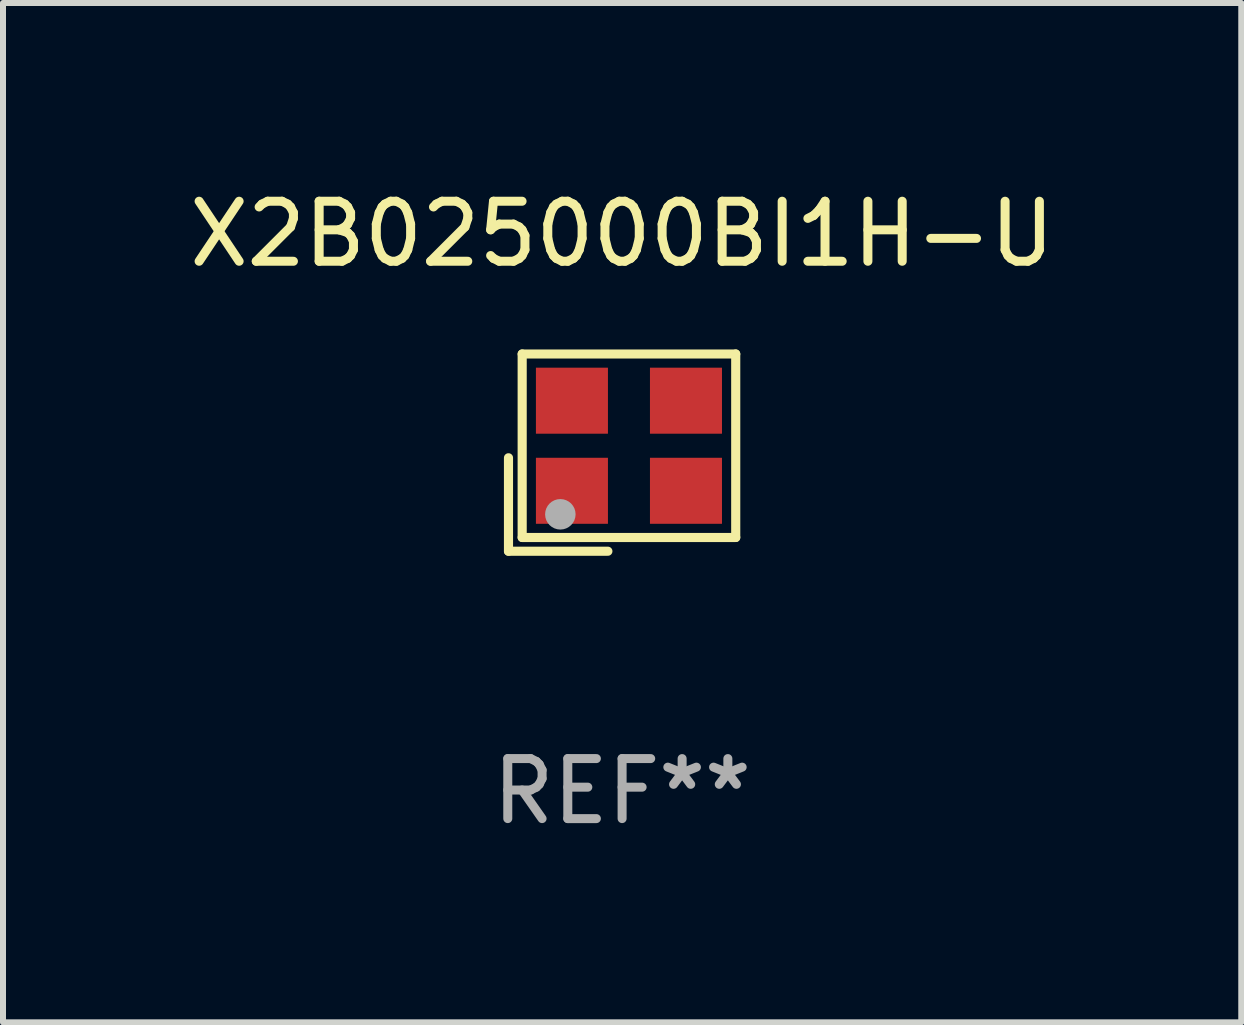
<source format=kicad_pcb>
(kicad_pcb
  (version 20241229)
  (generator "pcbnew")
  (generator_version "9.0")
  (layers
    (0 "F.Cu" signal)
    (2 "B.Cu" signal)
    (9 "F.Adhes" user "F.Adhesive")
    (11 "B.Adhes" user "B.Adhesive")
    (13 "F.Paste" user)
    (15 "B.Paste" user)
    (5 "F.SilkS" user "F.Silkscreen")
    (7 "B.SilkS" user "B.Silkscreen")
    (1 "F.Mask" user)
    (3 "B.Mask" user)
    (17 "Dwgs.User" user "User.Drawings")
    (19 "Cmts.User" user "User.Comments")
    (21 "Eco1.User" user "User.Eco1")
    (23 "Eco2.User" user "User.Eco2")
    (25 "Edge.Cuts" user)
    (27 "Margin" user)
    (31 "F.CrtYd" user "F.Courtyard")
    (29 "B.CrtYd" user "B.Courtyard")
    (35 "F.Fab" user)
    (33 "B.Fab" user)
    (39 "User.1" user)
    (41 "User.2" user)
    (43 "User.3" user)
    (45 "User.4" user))
  (footprint "X2B025000BI1H-U"
    (layer "F.Cu")
    (at 7.315 4.491)
    (property "Reference" "X2B025000BI1H-U" (at 0 -3.643 0) (layer "F.SilkS") (effects (font (size 1 1) (thickness 0.15))))
    (attr through_hole)
    (fp_line (start -1.893 0.086) (end -1.893 1.643) (stroke (width 0.152) (type solid)) (layer "F.SilkS"))
    (fp_line (start -1.893 1.643) (end -0.237 1.643) (stroke (width 0.152) (type solid)) (layer "F.SilkS"))
    (fp_line (start -1.665 -1.643) (end 1.893 -1.643) (stroke (width 0.152) (type solid)) (layer "F.SilkS"))
    (fp_line (start -1.665 1.414) (end -1.665 -1.643) (stroke (width 0.152) (type solid)) (layer "F.SilkS"))
    (fp_line (start 1.893 -1.643) (end 1.893 1.414) (stroke (width 0.152) (type solid)) (layer "F.SilkS"))
    (fp_line (start 1.893 1.414) (end -1.665 1.414) (stroke (width 0.152) (type solid)) (layer "F.SilkS"))
    (fp_circle (center -1.136 0.885) (end -1.106 0.885) (stroke (width 0.06) (type solid)) (fill no) (layer "F.SilkS"))
    (fp_circle (center -1.029 1.028) (end -0.902 1.028) (stroke (width 0.254) (type solid)) (fill no) (layer "F.Fab"))
    (fp_text user "REF**" (at 0 5.643 0) (layer "F.Fab") (effects (font (size 1 1) (thickness 0.15))))
    (pad "1" smd rect (at -0.836 0.636) (size 1.2 1.1) (layers "F.Cu" "F.Mask" "F.Paste"))
    (pad "2" smd rect (at 1.064 0.636) (size 1.2 1.1) (layers "F.Cu" "F.Mask" "F.Paste"))
    (pad "3" smd rect (at 1.064 -0.865) (size 1.2 1.1) (layers "F.Cu" "F.Mask" "F.Paste"))
    (pad "4" smd rect (at -0.836 -0.865) (size 1.2 1.1) (layers "F.Cu" "F.Mask" "F.Paste")))
  (gr_rect
    (start -3 -3)
    (end 17.631 13.983)
    (stroke (width 0.1) (type default))
    (fill no)
    (layer "Edge.Cuts")))
</source>
